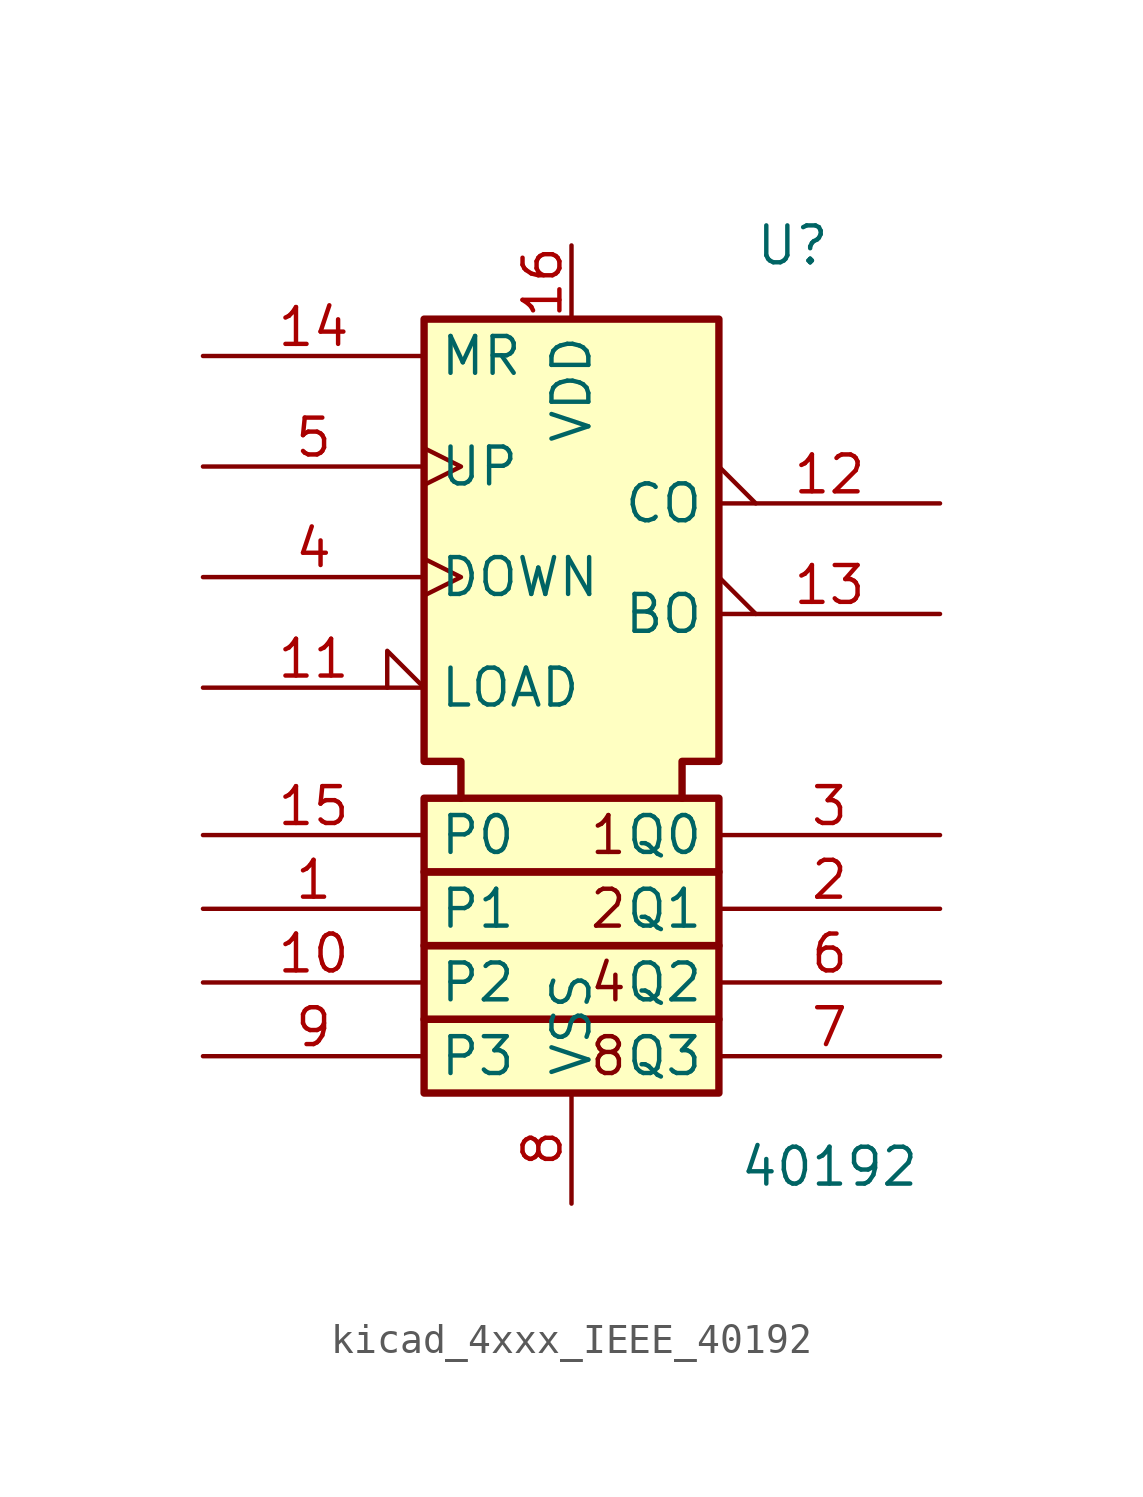
<source format=kicad_sym>
(kicad_symbol_lib
  (version 20220914)
  (generator kicad_symbol_editor)
  (symbol "kicad_4xxx_IEEE_40192"
    (property "Reference" "U"
      (at 7.62 12.7 0)
      (effects (font (size 1.27 1.27))))
    (property "Value" "40192"
      (at 8.89 -19.05 0)
      (effects (font (size 1.27 1.27))))
    (symbol "kicad_4xxx_IEEE_40192_0_0"
      (text "1" (at 1.27 -7.62 0) (effects (font (size 1.27 1.27))))
      (text "2" (at 1.27 -10.16 0) (effects (font (size 1.27 1.27))))
      (text "4" (at 1.27 -12.7 0) (effects (font (size 1.27 1.27))))
      (text "8" (at 1.27 -15.24 0) (effects (font (size 1.27 1.27)))))
    (symbol "kicad_4xxx_IEEE_40192_0_1"
      (rectangle (start -5.08 -13.97) (end 5.08 -16.51) (stroke (width 0.254) (type default)) (fill (type background)))
      (rectangle (start -5.08 -11.43) (end 5.08 -13.97) (stroke (width 0.254) (type default)) (fill (type background)))
      (rectangle (start -5.08 -8.89) (end 5.08 -11.43) (stroke (width 0.254) (type default)) (fill (type background)))
      (rectangle (start -5.08 -6.35) (end 5.08 -8.89) (stroke (width 0.254) (type default)) (fill (type background)))
      (polyline (pts (xy -3.81 -6.35) (xy -3.81 -5.08) (xy -5.08 -5.08) (xy -5.08 10.16) (xy 5.08 10.16) (xy 5.08 -5.08) (xy 3.81 -5.08) (xy 3.81 -6.35) (xy 3.81 -6.35)) (stroke (width 0.254) (type default)) (fill (type background))))
    (symbol "kicad_4xxx_IEEE_40192_1_1"
      (pin input line (at -12.7 -10.16 0) (length 7.62) (name "P1" (effects (font (size 1.27 1.27)))) (number "1" (effects (font (size 1.27 1.27)))))
      (pin input line (at -12.7 -12.7 0) (length 7.62) (name "P2" (effects (font (size 1.27 1.27)))) (number "10" (effects (font (size 1.27 1.27)))))
      (pin input input_low (at -12.7 -2.54 0) (length 7.62) (name "LOAD" (effects (font (size 1.27 1.27)))) (number "11" (effects (font (size 1.27 1.27)))))
      (pin output output_low (at 12.7 3.81 180) (length 7.62) (name "CO" (effects (font (size 1.27 1.27)))) (number "12" (effects (font (size 1.27 1.27)))))
      (pin output output_low (at 12.7 0 180) (length 7.62) (name "BO" (effects (font (size 1.27 1.27)))) (number "13" (effects (font (size 1.27 1.27)))))
      (pin input line (at -12.7 8.89 0) (length 7.62) (name "MR" (effects (font (size 1.27 1.27)))) (number "14" (effects (font (size 1.27 1.27)))))
      (pin input line (at -12.7 -7.62 0) (length 7.62) (name "P0" (effects (font (size 1.27 1.27)))) (number "15" (effects (font (size 1.27 1.27)))))
      (pin power_in line (at 0 12.7 270) (length 2.54) (name "VDD" (effects (font (size 1.27 1.27)))) (number "16" (effects (font (size 1.27 1.27)))))
      (pin output line (at 12.7 -10.16 180) (length 7.62) (name "Q1" (effects (font (size 1.27 1.27)))) (number "2" (effects (font (size 1.27 1.27)))))
      (pin output line (at 12.7 -7.62 180) (length 7.62) (name "Q0" (effects (font (size 1.27 1.27)))) (number "3" (effects (font (size 1.27 1.27)))))
      (pin input clock (at -12.7 1.27 0) (length 7.62) (name "DOWN" (effects (font (size 1.27 1.27)))) (number "4" (effects (font (size 1.27 1.27)))))
      (pin input clock (at -12.7 5.08 0) (length 7.62) (name "UP" (effects (font (size 1.27 1.27)))) (number "5" (effects (font (size 1.27 1.27)))))
      (pin output line (at 12.7 -12.7 180) (length 7.62) (name "Q2" (effects (font (size 1.27 1.27)))) (number "6" (effects (font (size 1.27 1.27)))))
      (pin output line (at 12.7 -15.24 180) (length 7.62) (name "Q3" (effects (font (size 1.27 1.27)))) (number "7" (effects (font (size 1.27 1.27)))))
      (pin power_in line (at 0 -20.32 90) (length 3.81) (name "VSS" (effects (font (size 1.27 1.27)))) (number "8" (effects (font (size 1.27 1.27)))))
      (pin input line (at -12.7 -15.24 0) (length 7.62) (name "P3" (effects (font (size 1.27 1.27)))) (number "9" (effects (font (size 1.27 1.27))))))))
</source>
